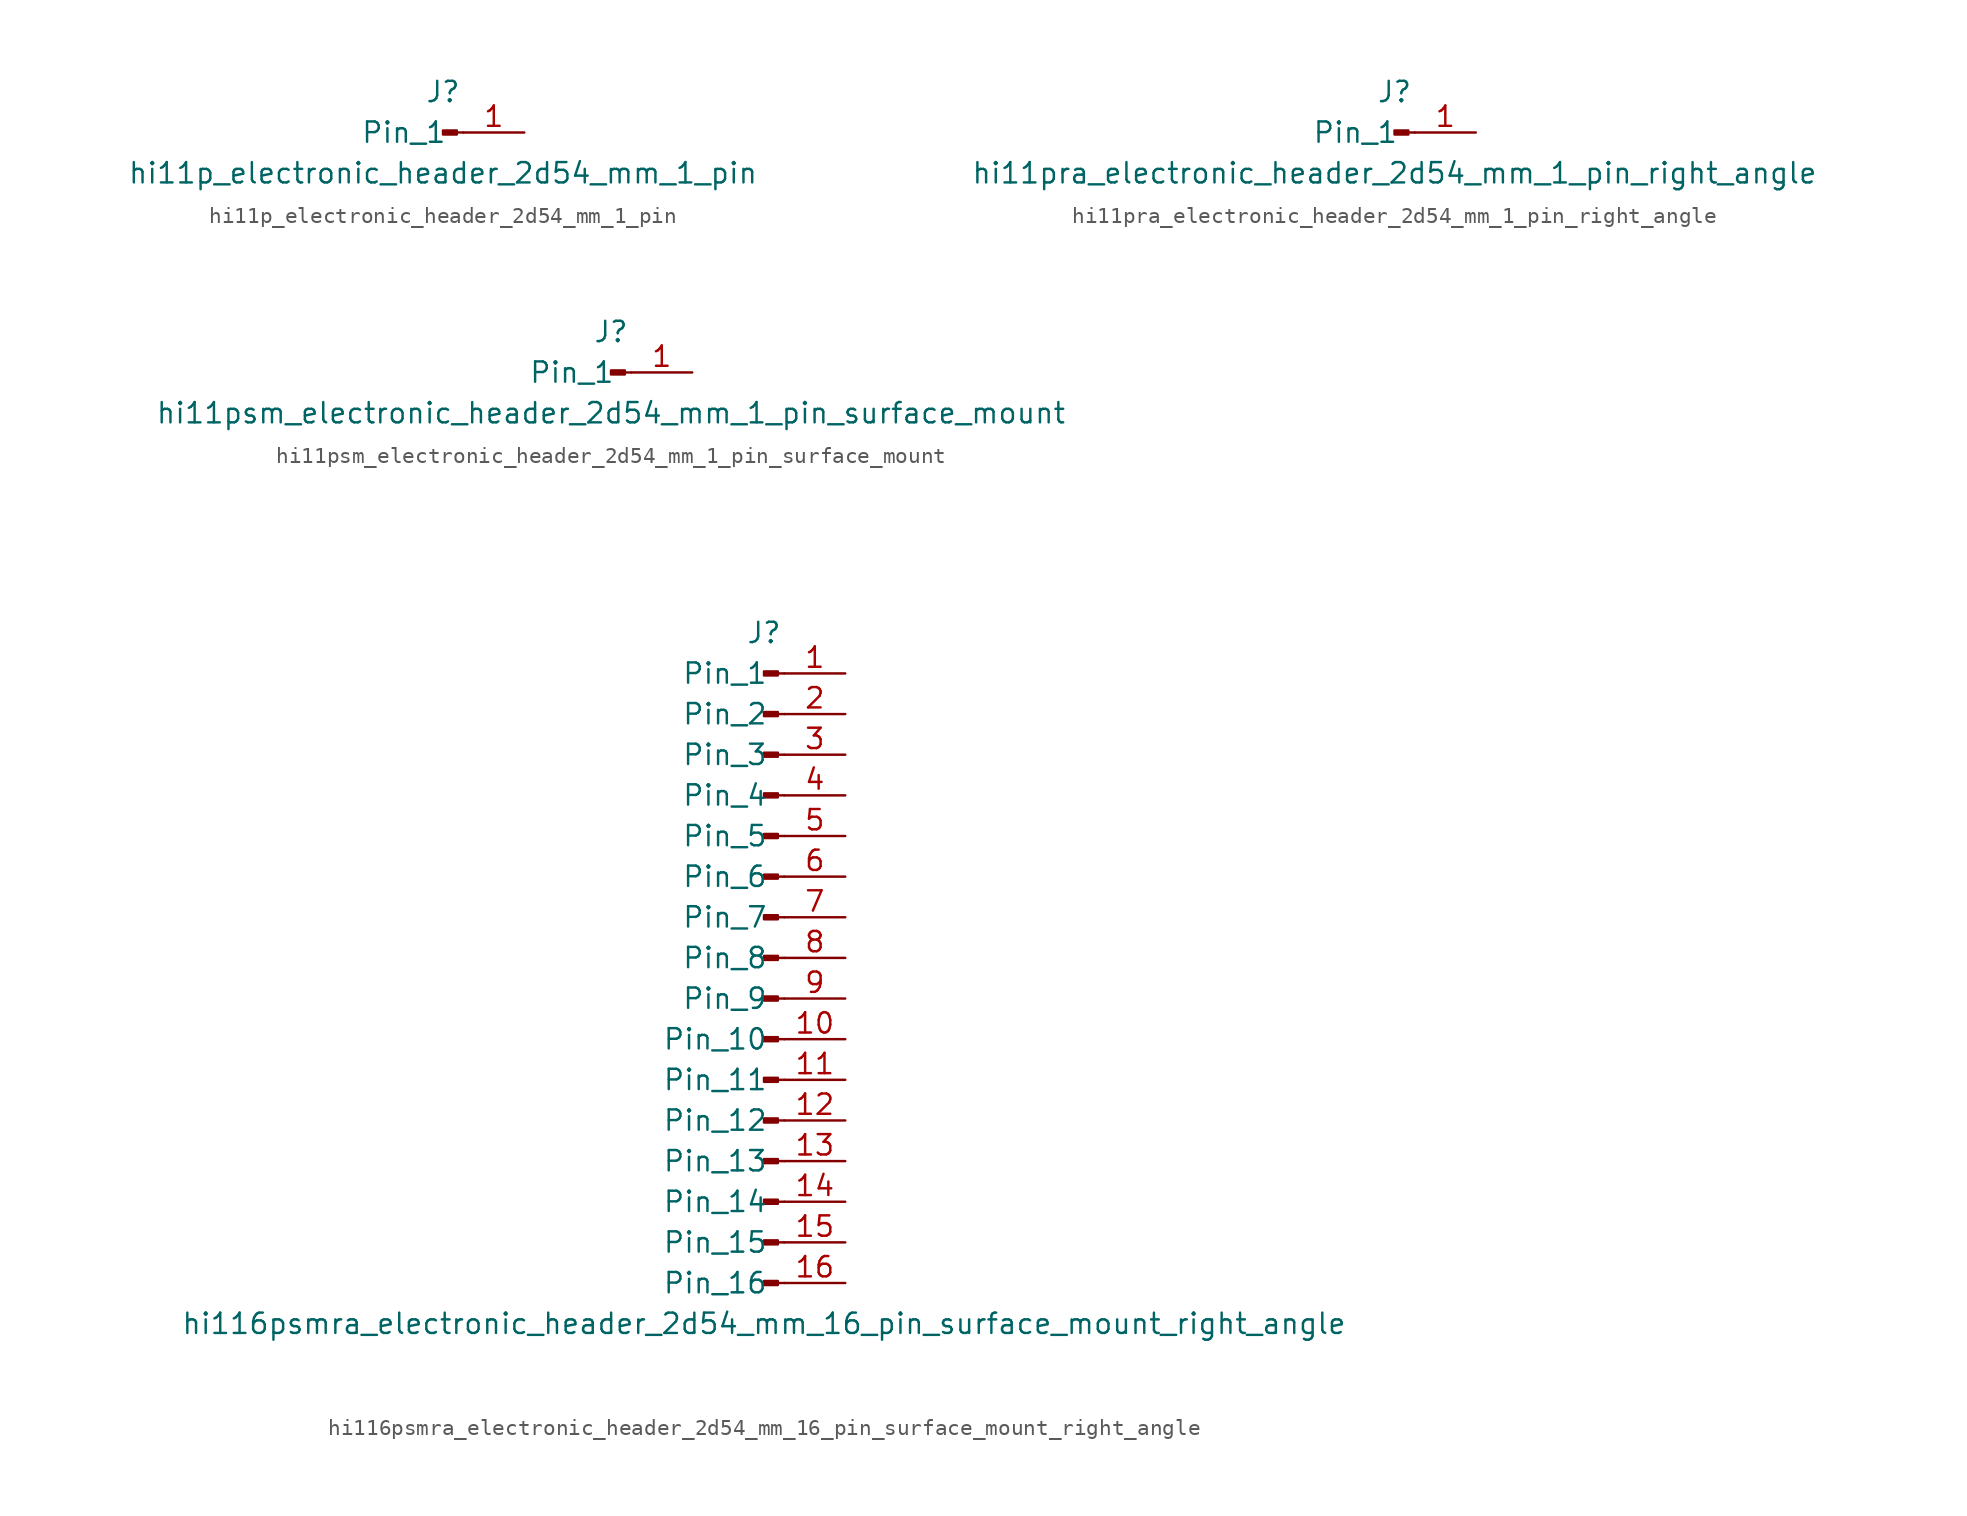
<source format=kicad_sym>
(kicad_symbol_lib
  (version 20220914)
  (generator kicad_symbol_editor)
  (symbol "hi11p_electronic_header_2d54_mm_1_pin"
    (pin_names
      (offset 1.016))
    (property "Reference" "J"
      (at 0 2.54 0)
      (effects (font (size 1.27 1.27))))
    (property "Value" "hi11p_electronic_header_2d54_mm_1_pin"
      (at 0 -2.54 0)
      (effects (font (size 1.27 1.27))))
    (property "ki_locked" ""
      (at 0 0 0)
      (effects (font (size 1.27 1.27))))
    (symbol "hi11p_electronic_header_2d54_mm_1_pin_1_1"
      (polyline (pts (xy 1.27 0) (xy 0.864 0)) (stroke (width 0.152) (type default)) (fill (type none)))
      (rectangle (start 0.864 0.127) (end 0 -0.127) (stroke (width 0.152) (type default)) (fill (type outline)))
      (pin passive line (at 5.08 0 180) (length 3.81) (name "Pin_1" (effects (font (size 1.27 1.27)))) (number "1" (effects (font (size 1.27 1.27)))))))
  (symbol "hi11pra_electronic_header_2d54_mm_1_pin_right_angle"
    (pin_names
      (offset 1.016))
    (property "Reference" "J"
      (at 0 2.54 0)
      (effects (font (size 1.27 1.27))))
    (property "Value" "hi11pra_electronic_header_2d54_mm_1_pin_right_angle"
      (at 0 -2.54 0)
      (effects (font (size 1.27 1.27))))
    (property "ki_locked" ""
      (at 0 0 0)
      (effects (font (size 1.27 1.27))))
    (symbol "hi11pra_electronic_header_2d54_mm_1_pin_right_angle_1_1"
      (polyline (pts (xy 1.27 0) (xy 0.864 0)) (stroke (width 0.152) (type default)) (fill (type none)))
      (rectangle (start 0.864 0.127) (end 0 -0.127) (stroke (width 0.152) (type default)) (fill (type outline)))
      (pin passive line (at 5.08 0 180) (length 3.81) (name "Pin_1" (effects (font (size 1.27 1.27)))) (number "1" (effects (font (size 1.27 1.27)))))))
  (symbol "hi11psm_electronic_header_2d54_mm_1_pin_surface_mount"
    (pin_names
      (offset 1.016))
    (property "Reference" "J"
      (at 0 2.54 0)
      (effects (font (size 1.27 1.27))))
    (property "Value" "hi11psm_electronic_header_2d54_mm_1_pin_surface_mount"
      (at 0 -2.54 0)
      (effects (font (size 1.27 1.27))))
    (property "ki_locked" ""
      (at 0 0 0)
      (effects (font (size 1.27 1.27))))
    (symbol "hi11psm_electronic_header_2d54_mm_1_pin_surface_mount_1_1"
      (polyline (pts (xy 1.27 0) (xy 0.864 0)) (stroke (width 0.152) (type default)) (fill (type none)))
      (rectangle (start 0.864 0.127) (end 0 -0.127) (stroke (width 0.152) (type default)) (fill (type outline)))
      (pin passive line (at 5.08 0 180) (length 3.81) (name "Pin_1" (effects (font (size 1.27 1.27)))) (number "1" (effects (font (size 1.27 1.27)))))))
  (symbol "hi116psmra_electronic_header_2d54_mm_16_pin_surface_mount_right_angle"
    (pin_names
      (offset 1.016))
    (property "Reference" "J"
      (at 0 20.32 0)
      (effects (font (size 1.27 1.27))))
    (property "Value" "hi116psmra_electronic_header_2d54_mm_16_pin_surface_mount_right_angle"
      (at 0 -22.86 0)
      (effects (font (size 1.27 1.27))))
    (property "ki_locked" ""
      (at 0 0 0)
      (effects (font (size 1.27 1.27))))
    (symbol "hi116psmra_electronic_header_2d54_mm_16_pin_surface_mount_right_angle_1_1"
      (polyline (pts (xy 1.27 -20.32) (xy 0.864 -20.32)) (stroke (width 0.152) (type default)) (fill (type none)))
      (polyline (pts (xy 1.27 -17.78) (xy 0.864 -17.78)) (stroke (width 0.152) (type default)) (fill (type none)))
      (polyline (pts (xy 1.27 -15.24) (xy 0.864 -15.24)) (stroke (width 0.152) (type default)) (fill (type none)))
      (polyline (pts (xy 1.27 -12.7) (xy 0.864 -12.7)) (stroke (width 0.152) (type default)) (fill (type none)))
      (polyline (pts (xy 1.27 -10.16) (xy 0.864 -10.16)) (stroke (width 0.152) (type default)) (fill (type none)))
      (polyline (pts (xy 1.27 -7.62) (xy 0.864 -7.62)) (stroke (width 0.152) (type default)) (fill (type none)))
      (polyline (pts (xy 1.27 -5.08) (xy 0.864 -5.08)) (stroke (width 0.152) (type default)) (fill (type none)))
      (polyline (pts (xy 1.27 -2.54) (xy 0.864 -2.54)) (stroke (width 0.152) (type default)) (fill (type none)))
      (polyline (pts (xy 1.27 0) (xy 0.864 0)) (stroke (width 0.152) (type default)) (fill (type none)))
      (polyline (pts (xy 1.27 2.54) (xy 0.864 2.54)) (stroke (width 0.152) (type default)) (fill (type none)))
      (polyline (pts (xy 1.27 5.08) (xy 0.864 5.08)) (stroke (width 0.152) (type default)) (fill (type none)))
      (polyline (pts (xy 1.27 7.62) (xy 0.864 7.62)) (stroke (width 0.152) (type default)) (fill (type none)))
      (polyline (pts (xy 1.27 10.16) (xy 0.864 10.16)) (stroke (width 0.152) (type default)) (fill (type none)))
      (polyline (pts (xy 1.27 12.7) (xy 0.864 12.7)) (stroke (width 0.152) (type default)) (fill (type none)))
      (polyline (pts (xy 1.27 15.24) (xy 0.864 15.24)) (stroke (width 0.152) (type default)) (fill (type none)))
      (polyline (pts (xy 1.27 17.78) (xy 0.864 17.78)) (stroke (width 0.152) (type default)) (fill (type none)))
      (rectangle (start 0.864 -20.193) (end 0 -20.447) (stroke (width 0.152) (type default)) (fill (type outline)))
      (rectangle (start 0.864 -17.653) (end 0 -17.907) (stroke (width 0.152) (type default)) (fill (type outline)))
      (rectangle (start 0.864 -15.113) (end 0 -15.367) (stroke (width 0.152) (type default)) (fill (type outline)))
      (rectangle (start 0.864 -12.573) (end 0 -12.827) (stroke (width 0.152) (type default)) (fill (type outline)))
      (rectangle (start 0.864 -10.033) (end 0 -10.287) (stroke (width 0.152) (type default)) (fill (type outline)))
      (rectangle (start 0.864 -7.493) (end 0 -7.747) (stroke (width 0.152) (type default)) (fill (type outline)))
      (rectangle (start 0.864 -4.953) (end 0 -5.207) (stroke (width 0.152) (type default)) (fill (type outline)))
      (rectangle (start 0.864 -2.413) (end 0 -2.667) (stroke (width 0.152) (type default)) (fill (type outline)))
      (rectangle (start 0.864 0.127) (end 0 -0.127) (stroke (width 0.152) (type default)) (fill (type outline)))
      (rectangle (start 0.864 2.667) (end 0 2.413) (stroke (width 0.152) (type default)) (fill (type outline)))
      (rectangle (start 0.864 5.207) (end 0 4.953) (stroke (width 0.152) (type default)) (fill (type outline)))
      (rectangle (start 0.864 7.747) (end 0 7.493) (stroke (width 0.152) (type default)) (fill (type outline)))
      (rectangle (start 0.864 10.287) (end 0 10.033) (stroke (width 0.152) (type default)) (fill (type outline)))
      (rectangle (start 0.864 12.827) (end 0 12.573) (stroke (width 0.152) (type default)) (fill (type outline)))
      (rectangle (start 0.864 15.367) (end 0 15.113) (stroke (width 0.152) (type default)) (fill (type outline)))
      (rectangle (start 0.864 17.907) (end 0 17.653) (stroke (width 0.152) (type default)) (fill (type outline)))
      (pin passive line (at 5.08 17.78 180) (length 3.81) (name "Pin_1" (effects (font (size 1.27 1.27)))) (number "1" (effects (font (size 1.27 1.27)))))
      (pin passive line (at 5.08 -5.08 180) (length 3.81) (name "Pin_10" (effects (font (size 1.27 1.27)))) (number "10" (effects (font (size 1.27 1.27)))))
      (pin passive line (at 5.08 -7.62 180) (length 3.81) (name "Pin_11" (effects (font (size 1.27 1.27)))) (number "11" (effects (font (size 1.27 1.27)))))
      (pin passive line (at 5.08 -10.16 180) (length 3.81) (name "Pin_12" (effects (font (size 1.27 1.27)))) (number "12" (effects (font (size 1.27 1.27)))))
      (pin passive line (at 5.08 -12.7 180) (length 3.81) (name "Pin_13" (effects (font (size 1.27 1.27)))) (number "13" (effects (font (size 1.27 1.27)))))
      (pin passive line (at 5.08 -15.24 180) (length 3.81) (name "Pin_14" (effects (font (size 1.27 1.27)))) (number "14" (effects (font (size 1.27 1.27)))))
      (pin passive line (at 5.08 -17.78 180) (length 3.81) (name "Pin_15" (effects (font (size 1.27 1.27)))) (number "15" (effects (font (size 1.27 1.27)))))
      (pin passive line (at 5.08 -20.32 180) (length 3.81) (name "Pin_16" (effects (font (size 1.27 1.27)))) (number "16" (effects (font (size 1.27 1.27)))))
      (pin passive line (at 5.08 15.24 180) (length 3.81) (name "Pin_2" (effects (font (size 1.27 1.27)))) (number "2" (effects (font (size 1.27 1.27)))))
      (pin passive line (at 5.08 12.7 180) (length 3.81) (name "Pin_3" (effects (font (size 1.27 1.27)))) (number "3" (effects (font (size 1.27 1.27)))))
      (pin passive line (at 5.08 10.16 180) (length 3.81) (name "Pin_4" (effects (font (size 1.27 1.27)))) (number "4" (effects (font (size 1.27 1.27)))))
      (pin passive line (at 5.08 7.62 180) (length 3.81) (name "Pin_5" (effects (font (size 1.27 1.27)))) (number "5" (effects (font (size 1.27 1.27)))))
      (pin passive line (at 5.08 5.08 180) (length 3.81) (name "Pin_6" (effects (font (size 1.27 1.27)))) (number "6" (effects (font (size 1.27 1.27)))))
      (pin passive line (at 5.08 2.54 180) (length 3.81) (name "Pin_7" (effects (font (size 1.27 1.27)))) (number "7" (effects (font (size 1.27 1.27)))))
      (pin passive line (at 5.08 0 180) (length 3.81) (name "Pin_8" (effects (font (size 1.27 1.27)))) (number "8" (effects (font (size 1.27 1.27)))))
      (pin passive line (at 5.08 -2.54 180) (length 3.81) (name "Pin_9" (effects (font (size 1.27 1.27)))) (number "9" (effects (font (size 1.27 1.27))))))))
</source>
